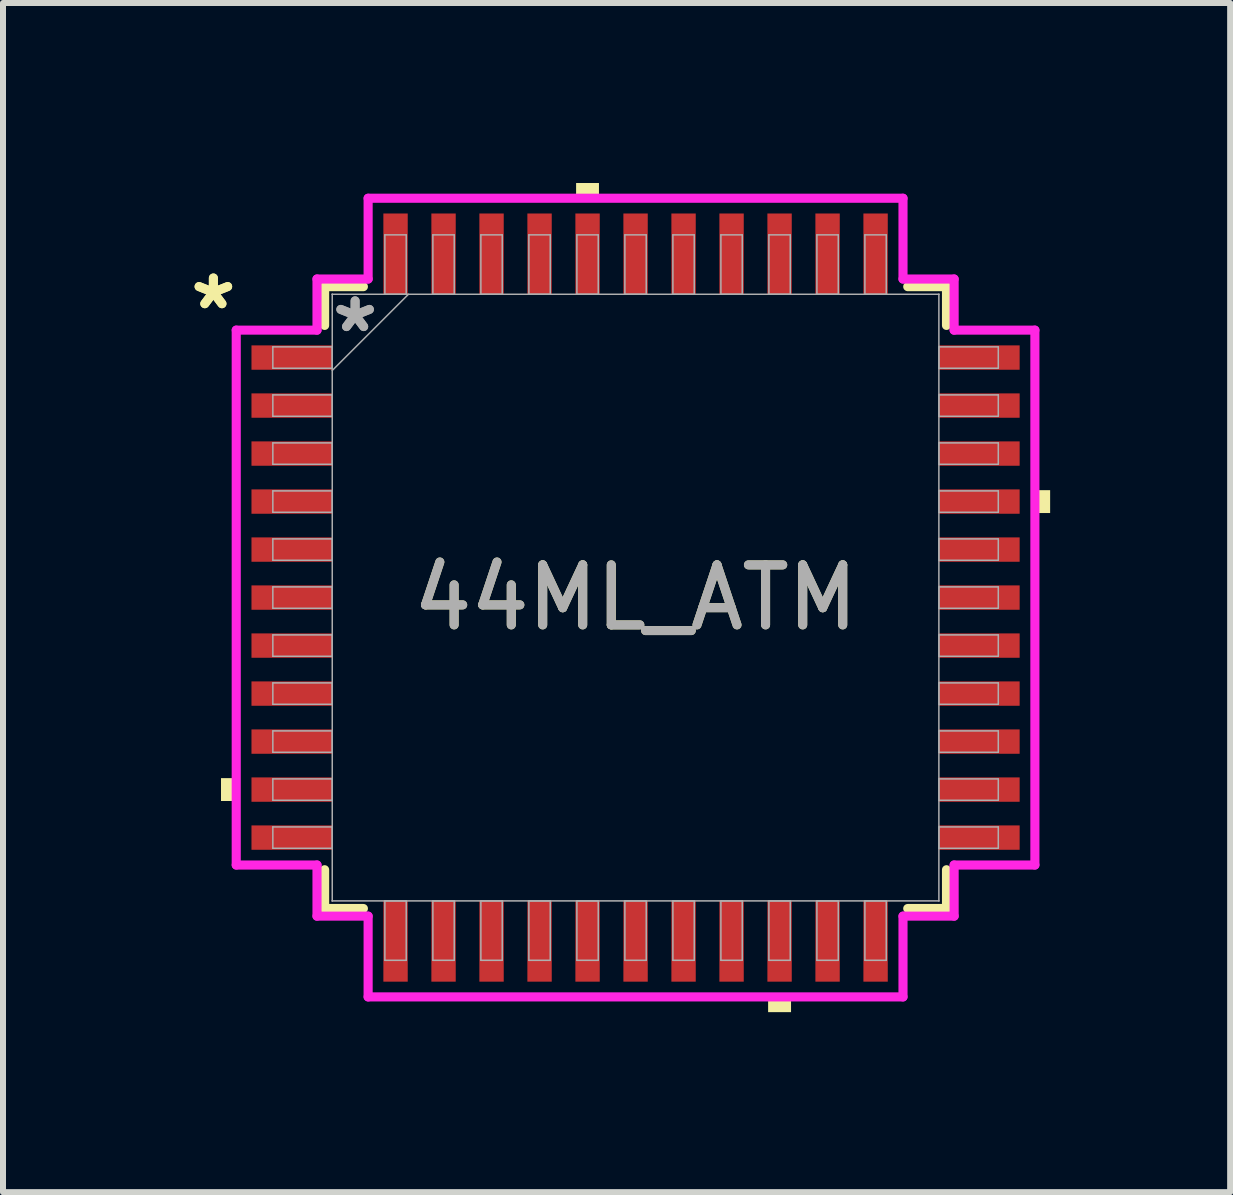
<source format=kicad_pcb>
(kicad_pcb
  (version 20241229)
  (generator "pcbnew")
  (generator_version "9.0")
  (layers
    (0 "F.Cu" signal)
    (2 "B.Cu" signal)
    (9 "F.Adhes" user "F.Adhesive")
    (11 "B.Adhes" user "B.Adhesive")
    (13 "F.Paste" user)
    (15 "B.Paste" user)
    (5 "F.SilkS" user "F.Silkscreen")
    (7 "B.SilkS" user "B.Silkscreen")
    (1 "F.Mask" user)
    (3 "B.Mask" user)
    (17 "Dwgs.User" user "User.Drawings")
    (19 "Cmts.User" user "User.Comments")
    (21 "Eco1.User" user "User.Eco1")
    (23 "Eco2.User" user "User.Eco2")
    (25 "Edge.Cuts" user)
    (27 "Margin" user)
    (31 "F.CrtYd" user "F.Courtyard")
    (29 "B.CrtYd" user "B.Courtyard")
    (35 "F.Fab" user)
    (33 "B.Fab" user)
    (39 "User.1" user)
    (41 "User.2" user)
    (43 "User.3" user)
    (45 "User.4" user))
  (footprint "44ML_ATM"
    (layer "F.Cu")
    (at 7.542 6.909)
    (property "Reference" "44ML_ATM" (at 0 0 0) (unlocked yes) (layer "F.SilkS") (effects (font (size 1 1) (thickness 0.15))))
    (attr smd)
    (fp_line (start -5.182 -5.182) (end -5.182 -4.536) (stroke (width 0.152) (type solid)) (layer "F.SilkS"))
    (fp_line (start -5.182 4.536) (end -5.182 5.182) (stroke (width 0.152) (type solid)) (layer "F.SilkS"))
    (fp_line (start -5.182 5.182) (end -4.536 5.182) (stroke (width 0.152) (type solid)) (layer "F.SilkS"))
    (fp_line (start -4.536 -5.182) (end -5.182 -5.182) (stroke (width 0.152) (type solid)) (layer "F.SilkS"))
    (fp_line (start 4.536 5.182) (end 5.182 5.182) (stroke (width 0.152) (type solid)) (layer "F.SilkS"))
    (fp_line (start 5.182 -5.182) (end 4.536 -5.182) (stroke (width 0.152) (type solid)) (layer "F.SilkS"))
    (fp_line (start 5.182 -4.536) (end 5.182 -5.182) (stroke (width 0.152) (type solid)) (layer "F.SilkS"))
    (fp_line (start 5.182 5.182) (end 5.182 4.536) (stroke (width 0.152) (type solid)) (layer "F.SilkS"))
    (fp_poly (pts (xy -6.909 3.009) (xy -6.909 3.39) (xy -6.655 3.39) (xy -6.655 3.009)) (stroke (width 0) (type solid)) (fill yes) (layer "F.SilkS"))
    (fp_poly (pts (xy -0.991 -6.655) (xy -0.991 -6.909) (xy -0.61 -6.909) (xy -0.61 -6.655)) (stroke (width 0) (type solid)) (fill yes) (layer "F.SilkS"))
    (fp_poly (pts (xy 2.209 6.655) (xy 2.209 6.909) (xy 2.591 6.909) (xy 2.591 6.655)) (stroke (width 0) (type solid)) (fill yes) (layer "F.SilkS"))
    (fp_poly (pts (xy 6.909 -1.79) (xy 6.909 -1.409) (xy 6.655 -1.409) (xy 6.655 -1.79)) (stroke (width 0) (type solid)) (fill yes) (layer "F.SilkS"))
    (fp_line (start -6.655 -4.457) (end -5.309 -4.457) (stroke (width 0.152) (type solid)) (layer "F.CrtYd"))
    (fp_line (start -6.655 4.457) (end -6.655 -4.457) (stroke (width 0.152) (type solid)) (layer "F.CrtYd"))
    (fp_line (start -5.309 -5.309) (end -4.457 -5.309) (stroke (width 0.152) (type solid)) (layer "F.CrtYd"))
    (fp_line (start -5.309 -4.457) (end -5.309 -5.309) (stroke (width 0.152) (type solid)) (layer "F.CrtYd"))
    (fp_line (start -5.309 4.457) (end -6.655 4.457) (stroke (width 0.152) (type solid)) (layer "F.CrtYd"))
    (fp_line (start -5.309 5.309) (end -5.309 4.457) (stroke (width 0.152) (type solid)) (layer "F.CrtYd"))
    (fp_line (start -5.309 5.309) (end -4.457 5.309) (stroke (width 0.152) (type solid)) (layer "F.CrtYd"))
    (fp_line (start -4.457 -6.655) (end 4.457 -6.655) (stroke (width 0.152) (type solid)) (layer "F.CrtYd"))
    (fp_line (start -4.457 -5.309) (end -4.457 -6.655) (stroke (width 0.152) (type solid)) (layer "F.CrtYd"))
    (fp_line (start -4.457 5.309) (end -4.457 6.655) (stroke (width 0.152) (type solid)) (layer "F.CrtYd"))
    (fp_line (start -4.457 6.655) (end 4.457 6.655) (stroke (width 0.152) (type solid)) (layer "F.CrtYd"))
    (fp_line (start 4.457 -6.655) (end 4.457 -5.309) (stroke (width 0.152) (type solid)) (layer "F.CrtYd"))
    (fp_line (start 4.457 -5.309) (end 5.309 -5.309) (stroke (width 0.152) (type solid)) (layer "F.CrtYd"))
    (fp_line (start 4.457 5.309) (end 5.309 5.309) (stroke (width 0.152) (type solid)) (layer "F.CrtYd"))
    (fp_line (start 4.457 6.655) (end 4.457 5.309) (stroke (width 0.152) (type solid)) (layer "F.CrtYd"))
    (fp_line (start 5.309 -4.457) (end 5.309 -5.309) (stroke (width 0.152) (type solid)) (layer "F.CrtYd"))
    (fp_line (start 5.309 4.457) (end 6.655 4.457) (stroke (width 0.152) (type solid)) (layer "F.CrtYd"))
    (fp_line (start 5.309 5.309) (end 5.309 4.457) (stroke (width 0.152) (type solid)) (layer "F.CrtYd"))
    (fp_line (start 6.655 -4.457) (end 5.309 -4.457) (stroke (width 0.152) (type solid)) (layer "F.CrtYd"))
    (fp_line (start 6.655 4.457) (end 6.655 -4.457) (stroke (width 0.152) (type solid)) (layer "F.CrtYd"))
    (fp_line (start -6.045 -4.178) (end -6.045 -3.822) (stroke (width 0.025) (type solid)) (layer "F.Fab"))
    (fp_line (start -6.045 -3.822) (end -5.055 -3.822) (stroke (width 0.025) (type solid)) (layer "F.Fab"))
    (fp_line (start -6.045 -3.378) (end -6.045 -3.022) (stroke (width 0.025) (type solid)) (layer "F.Fab"))
    (fp_line (start -6.045 -3.022) (end -5.055 -3.022) (stroke (width 0.025) (type solid)) (layer "F.Fab"))
    (fp_line (start -6.045 -2.578) (end -6.045 -2.222) (stroke (width 0.025) (type solid)) (layer "F.Fab"))
    (fp_line (start -6.045 -2.222) (end -5.055 -2.222) (stroke (width 0.025) (type solid)) (layer "F.Fab"))
    (fp_line (start -6.045 -1.778) (end -6.045 -1.422) (stroke (width 0.025) (type solid)) (layer "F.Fab"))
    (fp_line (start -6.045 -1.422) (end -5.055 -1.422) (stroke (width 0.025) (type solid)) (layer "F.Fab"))
    (fp_line (start -6.045 -0.978) (end -6.045 -0.622) (stroke (width 0.025) (type solid)) (layer "F.Fab"))
    (fp_line (start -6.045 -0.622) (end -5.055 -0.622) (stroke (width 0.025) (type solid)) (layer "F.Fab"))
    (fp_line (start -6.045 -0.178) (end -6.045 0.178) (stroke (width 0.025) (type solid)) (layer "F.Fab"))
    (fp_line (start -6.045 0.178) (end -5.055 0.178) (stroke (width 0.025) (type solid)) (layer "F.Fab"))
    (fp_line (start -6.045 0.622) (end -6.045 0.978) (stroke (width 0.025) (type solid)) (layer "F.Fab"))
    (fp_line (start -6.045 0.978) (end -5.055 0.978) (stroke (width 0.025) (type solid)) (layer "F.Fab"))
    (fp_line (start -6.045 1.422) (end -6.045 1.778) (stroke (width 0.025) (type solid)) (layer "F.Fab"))
    (fp_line (start -6.045 1.778) (end -5.055 1.778) (stroke (width 0.025) (type solid)) (layer "F.Fab"))
    (fp_line (start -6.045 2.222) (end -6.045 2.578) (stroke (width 0.025) (type solid)) (layer "F.Fab"))
    (fp_line (start -6.045 2.578) (end -5.055 2.578) (stroke (width 0.025) (type solid)) (layer "F.Fab"))
    (fp_line (start -6.045 3.022) (end -6.045 3.378) (stroke (width 0.025) (type solid)) (layer "F.Fab"))
    (fp_line (start -6.045 3.378) (end -5.055 3.378) (stroke (width 0.025) (type solid)) (layer "F.Fab"))
    (fp_line (start -6.045 3.822) (end -6.045 4.178) (stroke (width 0.025) (type solid)) (layer "F.Fab"))
    (fp_line (start -6.045 4.178) (end -5.055 4.178) (stroke (width 0.025) (type solid)) (layer "F.Fab"))
    (fp_line (start -5.055 -5.055) (end -5.055 -5.055) (stroke (width 0.025) (type solid)) (layer "F.Fab"))
    (fp_line (start -5.055 -5.055) (end -5.055 5.055) (stroke (width 0.025) (type solid)) (layer "F.Fab"))
    (fp_line (start -5.055 -4.178) (end -6.045 -4.178) (stroke (width 0.025) (type solid)) (layer "F.Fab"))
    (fp_line (start -5.055 -3.822) (end -5.055 -4.178) (stroke (width 0.025) (type solid)) (layer "F.Fab"))
    (fp_line (start -5.055 -3.785) (end -3.785 -5.055) (stroke (width 0.025) (type solid)) (layer "F.Fab"))
    (fp_line (start -5.055 -3.378) (end -6.045 -3.378) (stroke (width 0.025) (type solid)) (layer "F.Fab"))
    (fp_line (start -5.055 -3.022) (end -5.055 -3.378) (stroke (width 0.025) (type solid)) (layer "F.Fab"))
    (fp_line (start -5.055 -2.578) (end -6.045 -2.578) (stroke (width 0.025) (type solid)) (layer "F.Fab"))
    (fp_line (start -5.055 -2.222) (end -5.055 -2.578) (stroke (width 0.025) (type solid)) (layer "F.Fab"))
    (fp_line (start -5.055 -1.778) (end -6.045 -1.778) (stroke (width 0.025) (type solid)) (layer "F.Fab"))
    (fp_line (start -5.055 -1.422) (end -5.055 -1.778) (stroke (width 0.025) (type solid)) (layer "F.Fab"))
    (fp_line (start -5.055 -0.978) (end -6.045 -0.978) (stroke (width 0.025) (type solid)) (layer "F.Fab"))
    (fp_line (start -5.055 -0.622) (end -5.055 -0.978) (stroke (width 0.025) (type solid)) (layer "F.Fab"))
    (fp_line (start -5.055 -0.178) (end -6.045 -0.178) (stroke (width 0.025) (type solid)) (layer "F.Fab"))
    (fp_line (start -5.055 0.178) (end -5.055 -0.178) (stroke (width 0.025) (type solid)) (layer "F.Fab"))
    (fp_line (start -5.055 0.622) (end -6.045 0.622) (stroke (width 0.025) (type solid)) (layer "F.Fab"))
    (fp_line (start -5.055 0.978) (end -5.055 0.622) (stroke (width 0.025) (type solid)) (layer "F.Fab"))
    (fp_line (start -5.055 1.422) (end -6.045 1.422) (stroke (width 0.025) (type solid)) (layer "F.Fab"))
    (fp_line (start -5.055 1.778) (end -5.055 1.422) (stroke (width 0.025) (type solid)) (layer "F.Fab"))
    (fp_line (start -5.055 2.222) (end -6.045 2.222) (stroke (width 0.025) (type solid)) (layer "F.Fab"))
    (fp_line (start -5.055 2.578) (end -5.055 2.222) (stroke (width 0.025) (type solid)) (layer "F.Fab"))
    (fp_line (start -5.055 3.022) (end -6.045 3.022) (stroke (width 0.025) (type solid)) (layer "F.Fab"))
    (fp_line (start -5.055 3.378) (end -5.055 3.022) (stroke (width 0.025) (type solid)) (layer "F.Fab"))
    (fp_line (start -5.055 3.822) (end -6.045 3.822) (stroke (width 0.025) (type solid)) (layer "F.Fab"))
    (fp_line (start -5.055 4.178) (end -5.055 3.822) (stroke (width 0.025) (type solid)) (layer "F.Fab"))
    (fp_line (start -5.055 5.055) (end -5.055 5.055) (stroke (width 0.025) (type solid)) (layer "F.Fab"))
    (fp_line (start -5.055 5.055) (end 5.055 5.055) (stroke (width 0.025) (type solid)) (layer "F.Fab"))
    (fp_line (start -4.178 5.055) (end -4.178 6.045) (stroke (width 0.025) (type solid)) (layer "F.Fab"))
    (fp_line (start -4.178 6.045) (end -3.822 6.045) (stroke (width 0.025) (type solid)) (layer "F.Fab"))
    (fp_line (start -4.178 -6.045) (end -4.178 -5.055) (stroke (width 0.025) (type solid)) (layer "F.Fab"))
    (fp_line (start -4.178 -5.055) (end -3.822 -5.055) (stroke (width 0.025) (type solid)) (layer "F.Fab"))
    (fp_line (start -3.822 5.055) (end -4.178 5.055) (stroke (width 0.025) (type solid)) (layer "F.Fab"))
    (fp_line (start -3.822 6.045) (end -3.822 5.055) (stroke (width 0.025) (type solid)) (layer "F.Fab"))
    (fp_line (start -3.822 -6.045) (end -4.178 -6.045) (stroke (width 0.025) (type solid)) (layer "F.Fab"))
    (fp_line (start -3.822 -5.055) (end -3.822 -6.045) (stroke (width 0.025) (type solid)) (layer "F.Fab"))
    (fp_line (start -3.378 -6.045) (end -3.378 -5.055) (stroke (width 0.025) (type solid)) (layer "F.Fab"))
    (fp_line (start -3.378 -5.055) (end -3.022 -5.055) (stroke (width 0.025) (type solid)) (layer "F.Fab"))
    (fp_line (start -3.378 5.055) (end -3.378 6.045) (stroke (width 0.025) (type solid)) (layer "F.Fab"))
    (fp_line (start -3.378 6.045) (end -3.022 6.045) (stroke (width 0.025) (type solid)) (layer "F.Fab"))
    (fp_line (start -3.022 -6.045) (end -3.378 -6.045) (stroke (width 0.025) (type solid)) (layer "F.Fab"))
    (fp_line (start -3.022 -5.055) (end -3.022 -6.045) (stroke (width 0.025) (type solid)) (layer "F.Fab"))
    (fp_line (start -3.022 5.055) (end -3.378 5.055) (stroke (width 0.025) (type solid)) (layer "F.Fab"))
    (fp_line (start -3.022 6.045) (end -3.022 5.055) (stroke (width 0.025) (type solid)) (layer "F.Fab"))
    (fp_line (start -2.578 -6.045) (end -2.578 -5.055) (stroke (width 0.025) (type solid)) (layer "F.Fab"))
    (fp_line (start -2.578 -5.055) (end -2.222 -5.055) (stroke (width 0.025) (type solid)) (layer "F.Fab"))
    (fp_line (start -2.578 5.055) (end -2.578 6.045) (stroke (width 0.025) (type solid)) (layer "F.Fab"))
    (fp_line (start -2.578 6.045) (end -2.222 6.045) (stroke (width 0.025) (type solid)) (layer "F.Fab"))
    (fp_line (start -2.222 -6.045) (end -2.578 -6.045) (stroke (width 0.025) (type solid)) (layer "F.Fab"))
    (fp_line (start -2.222 -5.055) (end -2.222 -6.045) (stroke (width 0.025) (type solid)) (layer "F.Fab"))
    (fp_line (start -2.222 5.055) (end -2.578 5.055) (stroke (width 0.025) (type solid)) (layer "F.Fab"))
    (fp_line (start -2.222 6.045) (end -2.222 5.055) (stroke (width 0.025) (type solid)) (layer "F.Fab"))
    (fp_line (start -1.778 -6.045) (end -1.778 -5.055) (stroke (width 0.025) (type solid)) (layer "F.Fab"))
    (fp_line (start -1.778 -5.055) (end -1.422 -5.055) (stroke (width 0.025) (type solid)) (layer "F.Fab"))
    (fp_line (start -1.778 5.055) (end -1.778 6.045) (stroke (width 0.025) (type solid)) (layer "F.Fab"))
    (fp_line (start -1.778 6.045) (end -1.422 6.045) (stroke (width 0.025) (type solid)) (layer "F.Fab"))
    (fp_line (start -1.422 -6.045) (end -1.778 -6.045) (stroke (width 0.025) (type solid)) (layer "F.Fab"))
    (fp_line (start -1.422 -5.055) (end -1.422 -6.045) (stroke (width 0.025) (type solid)) (layer "F.Fab"))
    (fp_line (start -1.422 5.055) (end -1.778 5.055) (stroke (width 0.025) (type solid)) (layer "F.Fab"))
    (fp_line (start -1.422 6.045) (end -1.422 5.055) (stroke (width 0.025) (type solid)) (layer "F.Fab"))
    (fp_line (start -0.978 -6.045) (end -0.978 -5.055) (stroke (width 0.025) (type solid)) (layer "F.Fab"))
    (fp_line (start -0.978 -5.055) (end -0.622 -5.055) (stroke (width 0.025) (type solid)) (layer "F.Fab"))
    (fp_line (start -0.978 5.055) (end -0.978 6.045) (stroke (width 0.025) (type solid)) (layer "F.Fab"))
    (fp_line (start -0.978 6.045) (end -0.622 6.045) (stroke (width 0.025) (type solid)) (layer "F.Fab"))
    (fp_line (start -0.622 -6.045) (end -0.978 -6.045) (stroke (width 0.025) (type solid)) (layer "F.Fab"))
    (fp_line (start -0.622 -5.055) (end -0.622 -6.045) (stroke (width 0.025) (type solid)) (layer "F.Fab"))
    (fp_line (start -0.622 5.055) (end -0.978 5.055) (stroke (width 0.025) (type solid)) (layer "F.Fab"))
    (fp_line (start -0.622 6.045) (end -0.622 5.055) (stroke (width 0.025) (type solid)) (layer "F.Fab"))
    (fp_line (start -0.178 -6.045) (end -0.178 -5.055) (stroke (width 0.025) (type solid)) (layer "F.Fab"))
    (fp_line (start -0.178 -5.055) (end 0.178 -5.055) (stroke (width 0.025) (type solid)) (layer "F.Fab"))
    (fp_line (start -0.178 5.055) (end -0.178 6.045) (stroke (width 0.025) (type solid)) (layer "F.Fab"))
    (fp_line (start -0.178 6.045) (end 0.178 6.045) (stroke (width 0.025) (type solid)) (layer "F.Fab"))
    (fp_line (start 0.178 -6.045) (end -0.178 -6.045) (stroke (width 0.025) (type solid)) (layer "F.Fab"))
    (fp_line (start 0.178 -5.055) (end 0.178 -6.045) (stroke (width 0.025) (type solid)) (layer "F.Fab"))
    (fp_line (start 0.178 5.055) (end -0.178 5.055) (stroke (width 0.025) (type solid)) (layer "F.Fab"))
    (fp_line (start 0.178 6.045) (end 0.178 5.055) (stroke (width 0.025) (type solid)) (layer "F.Fab"))
    (fp_line (start 0.622 -6.045) (end 0.622 -5.055) (stroke (width 0.025) (type solid)) (layer "F.Fab"))
    (fp_line (start 0.622 -5.055) (end 0.978 -5.055) (stroke (width 0.025) (type solid)) (layer "F.Fab"))
    (fp_line (start 0.622 5.055) (end 0.622 6.045) (stroke (width 0.025) (type solid)) (layer "F.Fab"))
    (fp_line (start 0.622 6.045) (end 0.978 6.045) (stroke (width 0.025) (type solid)) (layer "F.Fab"))
    (fp_line (start 0.978 -6.045) (end 0.622 -6.045) (stroke (width 0.025) (type solid)) (layer "F.Fab"))
    (fp_line (start 0.978 -5.055) (end 0.978 -6.045) (stroke (width 0.025) (type solid)) (layer "F.Fab"))
    (fp_line (start 0.978 5.055) (end 0.622 5.055) (stroke (width 0.025) (type solid)) (layer "F.Fab"))
    (fp_line (start 0.978 6.045) (end 0.978 5.055) (stroke (width 0.025) (type solid)) (layer "F.Fab"))
    (fp_line (start 1.422 -6.045) (end 1.422 -5.055) (stroke (width 0.025) (type solid)) (layer "F.Fab"))
    (fp_line (start 1.422 -5.055) (end 1.778 -5.055) (stroke (width 0.025) (type solid)) (layer "F.Fab"))
    (fp_line (start 1.422 5.055) (end 1.422 6.045) (stroke (width 0.025) (type solid)) (layer "F.Fab"))
    (fp_line (start 1.422 6.045) (end 1.778 6.045) (stroke (width 0.025) (type solid)) (layer "F.Fab"))
    (fp_line (start 1.778 -6.045) (end 1.422 -6.045) (stroke (width 0.025) (type solid)) (layer "F.Fab"))
    (fp_line (start 1.778 -5.055) (end 1.778 -6.045) (stroke (width 0.025) (type solid)) (layer "F.Fab"))
    (fp_line (start 1.778 5.055) (end 1.422 5.055) (stroke (width 0.025) (type solid)) (layer "F.Fab"))
    (fp_line (start 1.778 6.045) (end 1.778 5.055) (stroke (width 0.025) (type solid)) (layer "F.Fab"))
    (fp_line (start 2.222 -6.045) (end 2.222 -5.055) (stroke (width 0.025) (type solid)) (layer "F.Fab"))
    (fp_line (start 2.222 -5.055) (end 2.578 -5.055) (stroke (width 0.025) (type solid)) (layer "F.Fab"))
    (fp_line (start 2.222 5.055) (end 2.222 6.045) (stroke (width 0.025) (type solid)) (layer "F.Fab"))
    (fp_line (start 2.222 6.045) (end 2.578 6.045) (stroke (width 0.025) (type solid)) (layer "F.Fab"))
    (fp_line (start 2.578 -6.045) (end 2.222 -6.045) (stroke (width 0.025) (type solid)) (layer "F.Fab"))
    (fp_line (start 2.578 -5.055) (end 2.578 -6.045) (stroke (width 0.025) (type solid)) (layer "F.Fab"))
    (fp_line (start 2.578 5.055) (end 2.222 5.055) (stroke (width 0.025) (type solid)) (layer "F.Fab"))
    (fp_line (start 2.578 6.045) (end 2.578 5.055) (stroke (width 0.025) (type solid)) (layer "F.Fab"))
    (fp_line (start 3.022 -6.045) (end 3.022 -5.055) (stroke (width 0.025) (type solid)) (layer "F.Fab"))
    (fp_line (start 3.022 -5.055) (end 3.378 -5.055) (stroke (width 0.025) (type solid)) (layer "F.Fab"))
    (fp_line (start 3.022 5.055) (end 3.022 6.045) (stroke (width 0.025) (type solid)) (layer "F.Fab"))
    (fp_line (start 3.022 6.045) (end 3.378 6.045) (stroke (width 0.025) (type solid)) (layer "F.Fab"))
    (fp_line (start 3.378 -6.045) (end 3.022 -6.045) (stroke (width 0.025) (type solid)) (layer "F.Fab"))
    (fp_line (start 3.378 -5.055) (end 3.378 -6.045) (stroke (width 0.025) (type solid)) (layer "F.Fab"))
    (fp_line (start 3.378 5.055) (end 3.022 5.055) (stroke (width 0.025) (type solid)) (layer "F.Fab"))
    (fp_line (start 3.378 6.045) (end 3.378 5.055) (stroke (width 0.025) (type solid)) (layer "F.Fab"))
    (fp_line (start 3.822 5.055) (end 3.822 6.045) (stroke (width 0.025) (type solid)) (layer "F.Fab"))
    (fp_line (start 3.822 6.045) (end 4.178 6.045) (stroke (width 0.025) (type solid)) (layer "F.Fab"))
    (fp_line (start 3.822 -6.045) (end 3.822 -5.055) (stroke (width 0.025) (type solid)) (layer "F.Fab"))
    (fp_line (start 3.822 -5.055) (end 4.178 -5.055) (stroke (width 0.025) (type solid)) (layer "F.Fab"))
    (fp_line (start 4.178 5.055) (end 3.822 5.055) (stroke (width 0.025) (type solid)) (layer "F.Fab"))
    (fp_line (start 4.178 6.045) (end 4.178 5.055) (stroke (width 0.025) (type solid)) (layer "F.Fab"))
    (fp_line (start 4.178 -6.045) (end 3.822 -6.045) (stroke (width 0.025) (type solid)) (layer "F.Fab"))
    (fp_line (start 4.178 -5.055) (end 4.178 -6.045) (stroke (width 0.025) (type solid)) (layer "F.Fab"))
    (fp_line (start 5.055 -5.055) (end -5.055 -5.055) (stroke (width 0.025) (type solid)) (layer "F.Fab"))
    (fp_line (start 5.055 -5.055) (end 5.055 -5.055) (stroke (width 0.025) (type solid)) (layer "F.Fab"))
    (fp_line (start 5.055 -4.178) (end 5.055 -3.822) (stroke (width 0.025) (type solid)) (layer "F.Fab"))
    (fp_line (start 5.055 -3.822) (end 6.045 -3.822) (stroke (width 0.025) (type solid)) (layer "F.Fab"))
    (fp_line (start 5.055 -3.378) (end 5.055 -3.022) (stroke (width 0.025) (type solid)) (layer "F.Fab"))
    (fp_line (start 5.055 -3.022) (end 6.045 -3.022) (stroke (width 0.025) (type solid)) (layer "F.Fab"))
    (fp_line (start 5.055 -2.578) (end 5.055 -2.222) (stroke (width 0.025) (type solid)) (layer "F.Fab"))
    (fp_line (start 5.055 -2.222) (end 6.045 -2.222) (stroke (width 0.025) (type solid)) (layer "F.Fab"))
    (fp_line (start 5.055 -1.778) (end 5.055 -1.422) (stroke (width 0.025) (type solid)) (layer "F.Fab"))
    (fp_line (start 5.055 -1.422) (end 6.045 -1.422) (stroke (width 0.025) (type solid)) (layer "F.Fab"))
    (fp_line (start 5.055 -0.978) (end 5.055 -0.622) (stroke (width 0.025) (type solid)) (layer "F.Fab"))
    (fp_line (start 5.055 -0.622) (end 6.045 -0.622) (stroke (width 0.025) (type solid)) (layer "F.Fab"))
    (fp_line (start 5.055 -0.178) (end 5.055 0.178) (stroke (width 0.025) (type solid)) (layer "F.Fab"))
    (fp_line (start 5.055 0.178) (end 6.045 0.178) (stroke (width 0.025) (type solid)) (layer "F.Fab"))
    (fp_line (start 5.055 0.622) (end 5.055 0.978) (stroke (width 0.025) (type solid)) (layer "F.Fab"))
    (fp_line (start 5.055 0.978) (end 6.045 0.978) (stroke (width 0.025) (type solid)) (layer "F.Fab"))
    (fp_line (start 5.055 1.422) (end 5.055 1.778) (stroke (width 0.025) (type solid)) (layer "F.Fab"))
    (fp_line (start 5.055 1.778) (end 6.045 1.778) (stroke (width 0.025) (type solid)) (layer "F.Fab"))
    (fp_line (start 5.055 2.222) (end 5.055 2.578) (stroke (width 0.025) (type solid)) (layer "F.Fab"))
    (fp_line (start 5.055 2.578) (end 6.045 2.578) (stroke (width 0.025) (type solid)) (layer "F.Fab"))
    (fp_line (start 5.055 3.022) (end 5.055 3.378) (stroke (width 0.025) (type solid)) (layer "F.Fab"))
    (fp_line (start 5.055 3.378) (end 6.045 3.378) (stroke (width 0.025) (type solid)) (layer "F.Fab"))
    (fp_line (start 5.055 3.822) (end 5.055 4.178) (stroke (width 0.025) (type solid)) (layer "F.Fab"))
    (fp_line (start 5.055 4.178) (end 6.045 4.178) (stroke (width 0.025) (type solid)) (layer "F.Fab"))
    (fp_line (start 5.055 5.055) (end 5.055 -5.055) (stroke (width 0.025) (type solid)) (layer "F.Fab"))
    (fp_line (start 5.055 5.055) (end 5.055 5.055) (stroke (width 0.025) (type solid)) (layer "F.Fab"))
    (fp_line (start 6.045 -4.178) (end 5.055 -4.178) (stroke (width 0.025) (type solid)) (layer "F.Fab"))
    (fp_line (start 6.045 -3.822) (end 6.045 -4.178) (stroke (width 0.025) (type solid)) (layer "F.Fab"))
    (fp_line (start 6.045 -3.378) (end 5.055 -3.378) (stroke (width 0.025) (type solid)) (layer "F.Fab"))
    (fp_line (start 6.045 -3.022) (end 6.045 -3.378) (stroke (width 0.025) (type solid)) (layer "F.Fab"))
    (fp_line (start 6.045 -2.578) (end 5.055 -2.578) (stroke (width 0.025) (type solid)) (layer "F.Fab"))
    (fp_line (start 6.045 -2.222) (end 6.045 -2.578) (stroke (width 0.025) (type solid)) (layer "F.Fab"))
    (fp_line (start 6.045 -1.778) (end 5.055 -1.778) (stroke (width 0.025) (type solid)) (layer "F.Fab"))
    (fp_line (start 6.045 -1.422) (end 6.045 -1.778) (stroke (width 0.025) (type solid)) (layer "F.Fab"))
    (fp_line (start 6.045 -0.978) (end 5.055 -0.978) (stroke (width 0.025) (type solid)) (layer "F.Fab"))
    (fp_line (start 6.045 -0.622) (end 6.045 -0.978) (stroke (width 0.025) (type solid)) (layer "F.Fab"))
    (fp_line (start 6.045 -0.178) (end 5.055 -0.178) (stroke (width 0.025) (type solid)) (layer "F.Fab"))
    (fp_line (start 6.045 0.178) (end 6.045 -0.178) (stroke (width 0.025) (type solid)) (layer "F.Fab"))
    (fp_line (start 6.045 0.622) (end 5.055 0.622) (stroke (width 0.025) (type solid)) (layer "F.Fab"))
    (fp_line (start 6.045 0.978) (end 6.045 0.622) (stroke (width 0.025) (type solid)) (layer "F.Fab"))
    (fp_line (start 6.045 1.422) (end 5.055 1.422) (stroke (width 0.025) (type solid)) (layer "F.Fab"))
    (fp_line (start 6.045 1.778) (end 6.045 1.422) (stroke (width 0.025) (type solid)) (layer "F.Fab"))
    (fp_line (start 6.045 2.222) (end 5.055 2.222) (stroke (width 0.025) (type solid)) (layer "F.Fab"))
    (fp_line (start 6.045 2.578) (end 6.045 2.222) (stroke (width 0.025) (type solid)) (layer "F.Fab"))
    (fp_line (start 6.045 3.022) (end 5.055 3.022) (stroke (width 0.025) (type solid)) (layer "F.Fab"))
    (fp_line (start 6.045 3.378) (end 6.045 3.022) (stroke (width 0.025) (type solid)) (layer "F.Fab"))
    (fp_line (start 6.045 3.822) (end 5.055 3.822) (stroke (width 0.025) (type solid)) (layer "F.Fab"))
    (fp_line (start 6.045 4.178) (end 6.045 3.822) (stroke (width 0.025) (type solid)) (layer "F.Fab"))
    (fp_text user "*" (at -7.036 -4.781 0) (unlocked yes) (layer "F.SilkS") (effects (font (size 1 1) (thickness 0.15))))
    (fp_text user "*" (at -7.036 -4.781 0) (layer "F.SilkS") (effects (font (size 1 1) (thickness 0.15))))
    (fp_text user "${REFERENCE}" (at 0 0 0) (unlocked yes) (layer "F.Fab") (effects (font (size 1 1) (thickness 0.15))))
    (fp_text user "*" (at -4.674 -4.4 0) (layer "F.Fab") (effects (font (size 1 1) (thickness 0.15))))
    (fp_text user "*" (at -4.674 -4.4 0) (unlocked yes) (layer "F.Fab") (effects (font (size 1 1) (thickness 0.15))))
    (pad "1" smd rect (at -5.728 -4 90) (size 0.406 1.346) (layers "F.Cu" "F.Mask" "F.Paste"))
    (pad "2" smd rect (at -5.728 -3.2 90) (size 0.406 1.346) (layers "F.Cu" "F.Mask" "F.Paste"))
    (pad "3" smd rect (at -5.728 -2.4 90) (size 0.406 1.346) (layers "F.Cu" "F.Mask" "F.Paste"))
    (pad "4" smd rect (at -5.728 -1.6 90) (size 0.406 1.346) (layers "F.Cu" "F.Mask" "F.Paste"))
    (pad "5" smd rect (at -5.728 -0.8 90) (size 0.406 1.346) (layers "F.Cu" "F.Mask" "F.Paste"))
    (pad "6" smd rect (at -5.728 0 90) (size 0.406 1.346) (layers "F.Cu" "F.Mask" "F.Paste"))
    (pad "7" smd rect (at -5.728 0.8 90) (size 0.406 1.346) (layers "F.Cu" "F.Mask" "F.Paste"))
    (pad "8" smd rect (at -5.728 1.6 90) (size 0.406 1.346) (layers "F.Cu" "F.Mask" "F.Paste"))
    (pad "9" smd rect (at -5.728 2.4 90) (size 0.406 1.346) (layers "F.Cu" "F.Mask" "F.Paste"))
    (pad "10" smd rect (at -5.728 3.2 90) (size 0.406 1.346) (layers "F.Cu" "F.Mask" "F.Paste"))
    (pad "11" smd rect (at -5.728 4 90) (size 0.406 1.346) (layers "F.Cu" "F.Mask" "F.Paste"))
    (pad "12" smd rect (at -4 5.728) (size 0.406 1.346) (layers "F.Cu" "F.Mask" "F.Paste"))
    (pad "13" smd rect (at -3.2 5.728) (size 0.406 1.346) (layers "F.Cu" "F.Mask" "F.Paste"))
    (pad "14" smd rect (at -2.4 5.728) (size 0.406 1.346) (layers "F.Cu" "F.Mask" "F.Paste"))
    (pad "15" smd rect (at -1.6 5.728) (size 0.406 1.346) (layers "F.Cu" "F.Mask" "F.Paste"))
    (pad "16" smd rect (at -0.8 5.728) (size 0.406 1.346) (layers "F.Cu" "F.Mask" "F.Paste"))
    (pad "17" smd rect (at 0 5.728) (size 0.406 1.346) (layers "F.Cu" "F.Mask" "F.Paste"))
    (pad "18" smd rect (at 0.8 5.728) (size 0.406 1.346) (layers "F.Cu" "F.Mask" "F.Paste"))
    (pad "19" smd rect (at 1.6 5.728) (size 0.406 1.346) (layers "F.Cu" "F.Mask" "F.Paste"))
    (pad "20" smd rect (at 2.4 5.728) (size 0.406 1.346) (layers "F.Cu" "F.Mask" "F.Paste"))
    (pad "21" smd rect (at 3.2 5.728) (size 0.406 1.346) (layers "F.Cu" "F.Mask" "F.Paste"))
    (pad "22" smd rect (at 4 5.728) (size 0.406 1.346) (layers "F.Cu" "F.Mask" "F.Paste"))
    (pad "23" smd rect (at 5.728 4 90) (size 0.406 1.346) (layers "F.Cu" "F.Mask" "F.Paste"))
    (pad "24" smd rect (at 5.728 3.2 90) (size 0.406 1.346) (layers "F.Cu" "F.Mask" "F.Paste"))
    (pad "25" smd rect (at 5.728 2.4 90) (size 0.406 1.346) (layers "F.Cu" "F.Mask" "F.Paste"))
    (pad "26" smd rect (at 5.728 1.6 90) (size 0.406 1.346) (layers "F.Cu" "F.Mask" "F.Paste"))
    (pad "27" smd rect (at 5.728 0.8 90) (size 0.406 1.346) (layers "F.Cu" "F.Mask" "F.Paste"))
    (pad "28" smd rect (at 5.728 0 90) (size 0.406 1.346) (layers "F.Cu" "F.Mask" "F.Paste"))
    (pad "29" smd rect (at 5.728 -0.8 90) (size 0.406 1.346) (layers "F.Cu" "F.Mask" "F.Paste"))
    (pad "30" smd rect (at 5.728 -1.6 90) (size 0.406 1.346) (layers "F.Cu" "F.Mask" "F.Paste"))
    (pad "31" smd rect (at 5.728 -2.4 90) (size 0.406 1.346) (layers "F.Cu" "F.Mask" "F.Paste"))
    (pad "32" smd rect (at 5.728 -3.2 90) (size 0.406 1.346) (layers "F.Cu" "F.Mask" "F.Paste"))
    (pad "33" smd rect (at 5.728 -4 90) (size 0.406 1.346) (layers "F.Cu" "F.Mask" "F.Paste"))
    (pad "34" smd rect (at 4 -5.728) (size 0.406 1.346) (layers "F.Cu" "F.Mask" "F.Paste"))
    (pad "35" smd rect (at 3.2 -5.728) (size 0.406 1.346) (layers "F.Cu" "F.Mask" "F.Paste"))
    (pad "36" smd rect (at 2.4 -5.728) (size 0.406 1.346) (layers "F.Cu" "F.Mask" "F.Paste"))
    (pad "37" smd rect (at 1.6 -5.728) (size 0.406 1.346) (layers "F.Cu" "F.Mask" "F.Paste"))
    (pad "38" smd rect (at 0.8 -5.728) (size 0.406 1.346) (layers "F.Cu" "F.Mask" "F.Paste"))
    (pad "39" smd rect (at 0 -5.728) (size 0.406 1.346) (layers "F.Cu" "F.Mask" "F.Paste"))
    (pad "40" smd rect (at -0.8 -5.728) (size 0.406 1.346) (layers "F.Cu" "F.Mask" "F.Paste"))
    (pad "41" smd rect (at -1.6 -5.728) (size 0.406 1.346) (layers "F.Cu" "F.Mask" "F.Paste"))
    (pad "42" smd rect (at -2.4 -5.728) (size 0.406 1.346) (layers "F.Cu" "F.Mask" "F.Paste"))
    (pad "43" smd rect (at -3.2 -5.728) (size 0.406 1.346) (layers "F.Cu" "F.Mask" "F.Paste"))
    (pad "44" smd rect (at -4 -5.728) (size 0.406 1.346) (layers "F.Cu" "F.Mask" "F.Paste")))
  (gr_rect
    (start -3 -3)
    (end 17.451 16.818)
    (stroke (width 0.1) (type default))
    (fill no)
    (layer "Edge.Cuts")))
</source>
